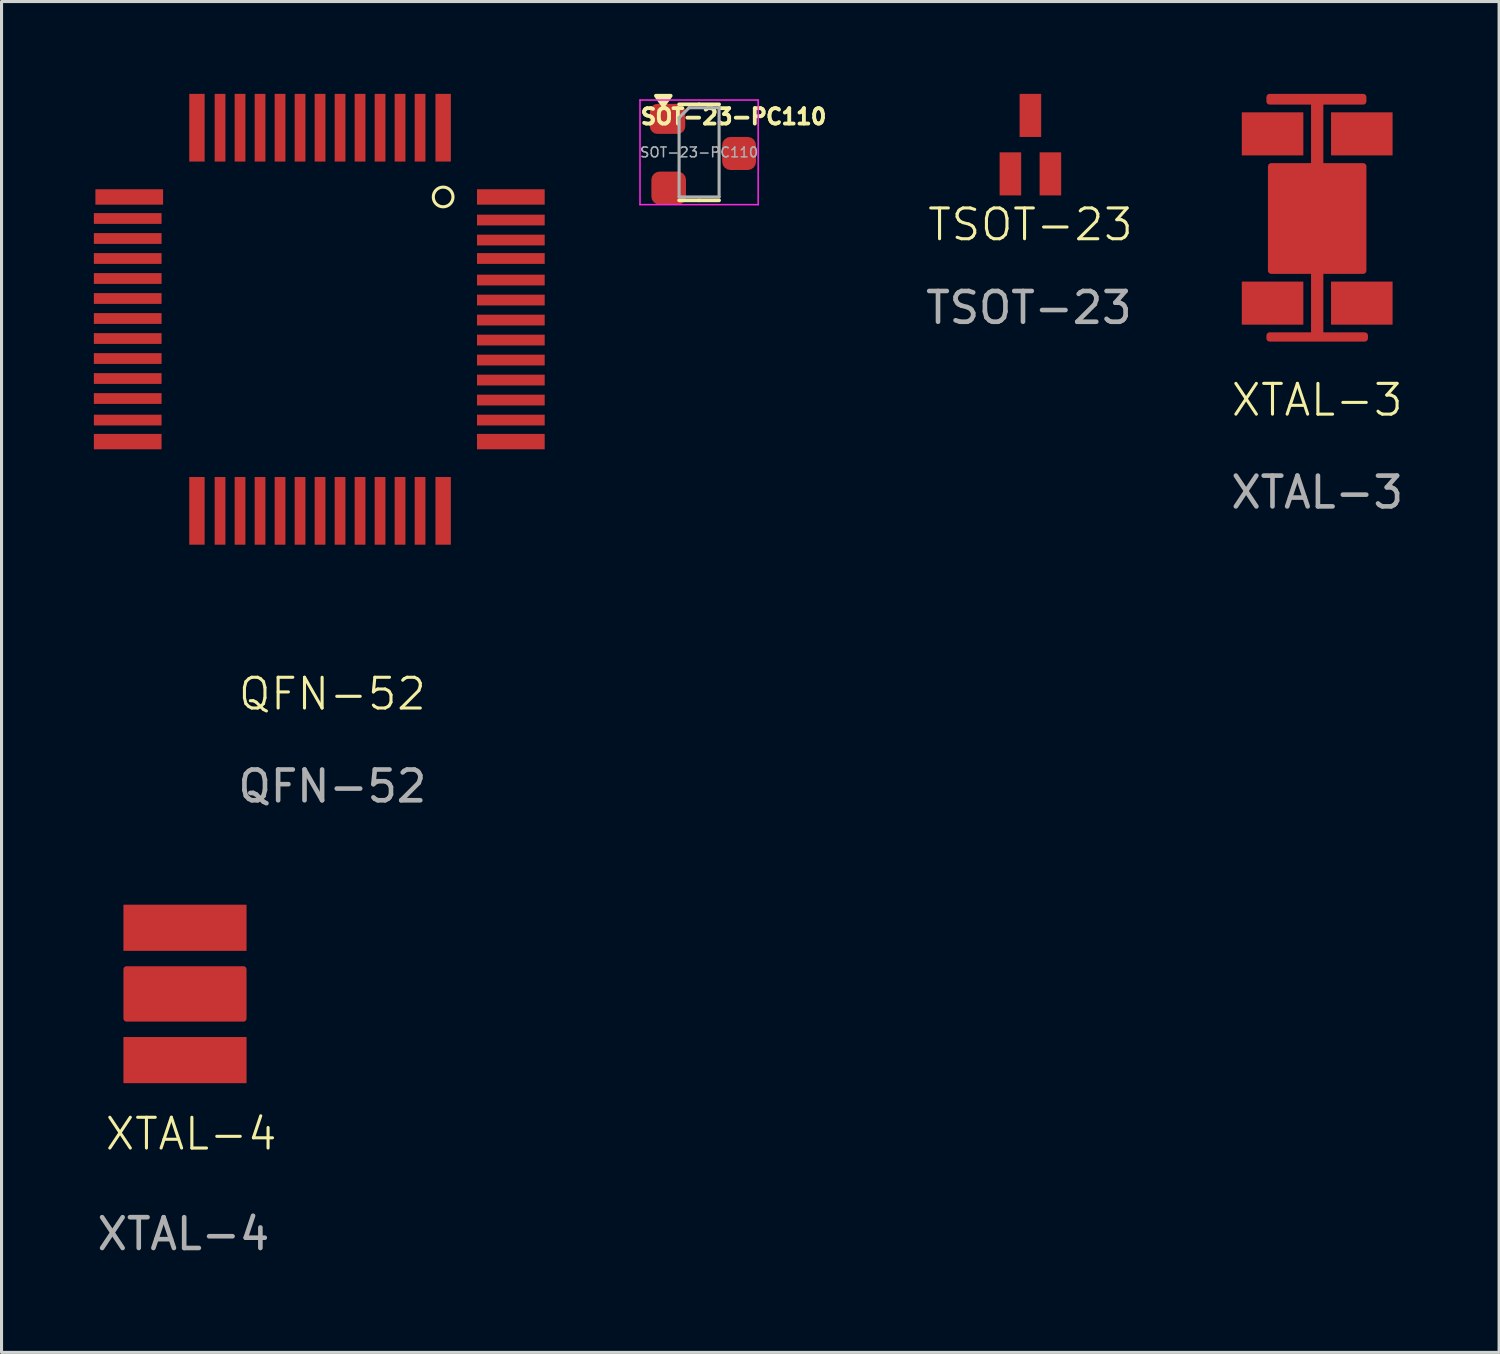
<source format=kicad_pcb>
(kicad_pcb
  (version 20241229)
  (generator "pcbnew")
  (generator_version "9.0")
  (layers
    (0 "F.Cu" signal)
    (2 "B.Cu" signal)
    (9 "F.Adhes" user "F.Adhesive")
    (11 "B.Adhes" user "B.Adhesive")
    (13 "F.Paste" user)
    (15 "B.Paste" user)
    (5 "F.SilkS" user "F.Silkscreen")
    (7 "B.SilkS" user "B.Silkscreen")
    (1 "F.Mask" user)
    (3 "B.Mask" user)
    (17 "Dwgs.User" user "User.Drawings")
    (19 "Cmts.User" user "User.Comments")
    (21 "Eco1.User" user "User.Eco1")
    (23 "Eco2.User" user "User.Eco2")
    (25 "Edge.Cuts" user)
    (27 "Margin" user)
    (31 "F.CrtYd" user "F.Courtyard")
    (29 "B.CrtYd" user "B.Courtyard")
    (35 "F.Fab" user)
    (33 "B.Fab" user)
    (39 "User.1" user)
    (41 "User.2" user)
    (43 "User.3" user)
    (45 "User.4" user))
  (footprint "TSOT-23"
    (layer "F.Cu")
    (at 30.433 1.7)
    (property "Reference" "TSOT-23" (at 0 2.55 0) (unlocked yes) (layer "F.SilkS") (effects (font (size 1 1) (thickness 0.1))))
    (attr smd)
    (fp_text user "${REFERENCE}" (at -0.05 5.25 0) (unlocked yes) (layer "F.Fab") (effects (font (size 1 1) (thickness 0.15))))
    (pad "1" smd rect (at 0.65 0.9) (size 0.7 1.4) (layers "F.Cu" "F.Mask" "F.Paste"))
    (pad "2" smd rect (at 0 -1) (size 0.7 1.4) (layers "F.Cu" "F.Mask" "F.Paste"))
    (pad "3" smd rect (at -0.65 0.9) (size 0.7 1.4) (layers "F.Cu" "F.Mask" "F.Paste")))
  (footprint "SOT-23-PC110"
    (layer "F.Cu")
    (at 19.667 1.9)
    (property "Reference" "SOT-23-PC110" (at 1.12 -1.16 0) (layer "F.SilkS") (effects (font (size 0.5 0.5) (thickness 0.125))))
    (attr smd)
    (fp_line (start 0 -1.56) (end -0.65 -1.56) (stroke (width 0.12) (type solid)) (layer "F.SilkS"))
    (fp_line (start 0 -1.56) (end 0.65 -1.56) (stroke (width 0.12) (type solid)) (layer "F.SilkS"))
    (fp_line (start 0 1.56) (end -0.65 1.56) (stroke (width 0.12) (type solid)) (layer "F.SilkS"))
    (fp_line (start 0 1.56) (end 0.65 1.56) (stroke (width 0.12) (type solid)) (layer "F.SilkS"))
    (fp_poly (pts (xy -1.163 -1.51) (xy -1.403 -1.84) (xy -0.922 -1.84) (xy -1.163 -1.51)) (stroke (width 0.12) (type solid)) (fill yes) (layer "F.SilkS"))
    (fp_line (start -1.92 -1.7) (end -1.92 1.7) (stroke (width 0.05) (type solid)) (layer "F.CrtYd"))
    (fp_line (start -1.92 1.7) (end 1.92 1.7) (stroke (width 0.05) (type solid)) (layer "F.CrtYd"))
    (fp_line (start 1.92 -1.7) (end -1.92 -1.7) (stroke (width 0.05) (type solid)) (layer "F.CrtYd"))
    (fp_line (start 1.92 1.7) (end 1.92 -1.7) (stroke (width 0.05) (type solid)) (layer "F.CrtYd"))
    (fp_line (start -0.65 -1.125) (end -0.325 -1.45) (stroke (width 0.1) (type solid)) (layer "F.Fab"))
    (fp_line (start -0.65 1.45) (end -0.65 -1.125) (stroke (width 0.1) (type solid)) (layer "F.Fab"))
    (fp_line (start -0.325 -1.45) (end 0.65 -1.45) (stroke (width 0.1) (type solid)) (layer "F.Fab"))
    (fp_line (start 0.65 -1.45) (end 0.65 1.45) (stroke (width 0.1) (type solid)) (layer "F.Fab"))
    (fp_line (start 0.65 1.45) (end -0.65 1.45) (stroke (width 0.1) (type solid)) (layer "F.Fab"))
    (fp_text user "${REFERENCE}" (at 0 0 0) (layer "F.Fab") (effects (font (size 0.32 0.32) (thickness 0.05))))
    (pad "1" smd roundrect (at -1.025 -1.087) (size 1.15 0.975) (layers "F.Cu" "F.Mask" "F.Paste") (roundrect_rratio 0.25))
    (pad "2" smd roundrect (at -0.988 1.163) (size 1.125 1.075) (layers "F.Cu" "F.Mask" "F.Paste") (roundrect_rratio 0.25))
    (pad "3" smd roundrect (at 1.3 0.037) (size 1.1 1.075) (layers "F.Cu" "F.Mask" "F.Paste") (roundrect_rratio 0.25)))
  (footprint "QFN-52"
    (layer "F.Cu")
    (at 7.75 7.35)
    (property "Reference" "QFN-52" (at 0 12.15 0) (unlocked yes) (layer "F.SilkS") (effects (font (size 1 1) (thickness 0.1))))
    (attr smd)
    (fp_circle (center 3.6 -4) (end 3.85 -3.8) (stroke (width 0.1) (type default)) (fill no) (layer "F.SilkS"))
    (fp_text user "${REFERENCE}" (at 0 15.15 0) (unlocked yes) (layer "F.Fab") (effects (font (size 1 1) (thickness 0.15))))
    (pad "1" smd rect (at 3.6 -6.25 90) (size 2.2 0.5) (layers "F.Cu" "F.Mask" "F.Paste"))
    (pad "2" smd rect (at 2.85 -6.25 90) (size 2.2 0.35) (layers "F.Cu" "F.Mask" "F.Paste"))
    (pad "3" smd rect (at 2.2 -6.25 90) (size 2.2 0.35) (layers "F.Cu" "F.Mask" "F.Paste"))
    (pad "4" smd rect (at 1.55 -6.25 90) (size 2.2 0.35) (layers "F.Cu" "F.Mask" "F.Paste"))
    (pad "5" smd rect (at 0.9 -6.25 90) (size 2.2 0.35) (layers "F.Cu" "F.Mask" "F.Paste"))
    (pad "6" smd rect (at 0.25 -6.25 90) (size 2.2 0.35) (layers "F.Cu" "F.Mask" "F.Paste"))
    (pad "7" smd rect (at -0.4 -6.25 90) (size 2.2 0.35) (layers "F.Cu" "F.Mask" "F.Paste"))
    (pad "8" smd rect (at -1.05 -6.25 90) (size 2.2 0.35) (layers "F.Cu" "F.Mask" "F.Paste"))
    (pad "9" smd rect (at -1.7 -6.25 90) (size 2.2 0.35) (layers "F.Cu" "F.Mask" "F.Paste"))
    (pad "10" smd rect (at -2.35 -6.25 90) (size 2.2 0.35) (layers "F.Cu" "F.Mask" "F.Paste"))
    (pad "11" smd rect (at -3 -6.25 90) (size 2.2 0.35) (layers "F.Cu" "F.Mask" "F.Paste"))
    (pad "12" smd rect (at -3.65 -6.25 90) (size 2.2 0.35) (layers "F.Cu" "F.Mask" "F.Paste"))
    (pad "13" smd rect (at -4.4 -6.25 90) (size 2.2 0.5) (layers "F.Cu" "F.Mask" "F.Paste"))
    (pad "14" smd rect (at -6.6 -4 180) (size 2.2 0.5) (layers "F.Cu" "F.Mask" "F.Paste"))
    (pad "15" smd rect (at -6.65 -3.3 180) (size 2.2 0.35) (layers "F.Cu" "F.Mask" "F.Paste"))
    (pad "16" smd rect (at -6.65 -2.65 180) (size 2.2 0.35) (layers "F.Cu" "F.Mask" "F.Paste"))
    (pad "17" smd rect (at -6.65 -2 180) (size 2.2 0.35) (layers "F.Cu" "F.Mask" "F.Paste"))
    (pad "18" smd rect (at -6.65 -1.35 180) (size 2.2 0.35) (layers "F.Cu" "F.Mask" "F.Paste"))
    (pad "19" smd rect (at -6.65 -0.7 180) (size 2.2 0.35) (layers "F.Cu" "F.Mask" "F.Paste"))
    (pad "20" smd rect (at -6.65 -0.05 180) (size 2.2 0.35) (layers "F.Cu" "F.Mask" "F.Paste"))
    (pad "21" smd rect (at -6.65 0.6 180) (size 2.2 0.35) (layers "F.Cu" "F.Mask" "F.Paste"))
    (pad "22" smd rect (at -6.65 1.25 180) (size 2.2 0.35) (layers "F.Cu" "F.Mask" "F.Paste"))
    (pad "23" smd rect (at -6.65 1.9 180) (size 2.2 0.35) (layers "F.Cu" "F.Mask" "F.Paste"))
    (pad "24" smd rect (at -6.65 2.55 180) (size 2.2 0.35) (layers "F.Cu" "F.Mask" "F.Paste"))
    (pad "25" smd rect (at -6.65 3.25 180) (size 2.2 0.35) (layers "F.Cu" "F.Mask" "F.Paste"))
    (pad "26" smd rect (at -6.65 3.95 180) (size 2.2 0.5) (layers "F.Cu" "F.Mask" "F.Paste"))
    (pad "27" smd rect (at -4.4 6.2 270) (size 2.2 0.5) (layers "F.Cu" "F.Mask" "F.Paste"))
    (pad "28" smd rect (at -3.65 6.2 270) (size 2.2 0.35) (layers "F.Cu" "F.Mask" "F.Paste"))
    (pad "29" smd rect (at -3 6.2 270) (size 2.2 0.35) (layers "F.Cu" "F.Mask" "F.Paste"))
    (pad "30" smd rect (at -2.35 6.2 270) (size 2.2 0.35) (layers "F.Cu" "F.Mask" "F.Paste"))
    (pad "31" smd rect (at -1.7 6.2 270) (size 2.2 0.35) (layers "F.Cu" "F.Mask" "F.Paste"))
    (pad "32" smd rect (at -1.05 6.2 270) (size 2.2 0.35) (layers "F.Cu" "F.Mask" "F.Paste"))
    (pad "33" smd rect (at -0.4 6.2 270) (size 2.2 0.35) (layers "F.Cu" "F.Mask" "F.Paste"))
    (pad "34" smd rect (at 0.25 6.2 270) (size 2.2 0.35) (layers "F.Cu" "F.Mask" "F.Paste"))
    (pad "35" smd rect (at 0.9 6.2 270) (size 2.2 0.35) (layers "F.Cu" "F.Mask" "F.Paste"))
    (pad "36" smd rect (at 1.55 6.2 270) (size 2.2 0.35) (layers "F.Cu" "F.Mask" "F.Paste"))
    (pad "37" smd rect (at 2.2 6.2 270) (size 2.2 0.35) (layers "F.Cu" "F.Mask" "F.Paste"))
    (pad "38" smd rect (at 2.85 6.2 270) (size 2.2 0.35) (layers "F.Cu" "F.Mask" "F.Paste"))
    (pad "39" smd rect (at 3.6 6.2 270) (size 2.2 0.5) (layers "F.Cu" "F.Mask" "F.Paste"))
    (pad "40" smd rect (at 5.8 3.95) (size 2.2 0.5) (layers "F.Cu" "F.Mask" "F.Paste"))
    (pad "41" smd rect (at 5.8 3.25) (size 2.2 0.35) (layers "F.Cu" "F.Mask" "F.Paste"))
    (pad "42" smd rect (at 5.8 2.6) (size 2.2 0.35) (layers "F.Cu" "F.Mask" "F.Paste"))
    (pad "43" smd rect (at 5.8 1.95) (size 2.2 0.35) (layers "F.Cu" "F.Mask" "F.Paste"))
    (pad "44" smd rect (at 5.8 1.3) (size 2.2 0.35) (layers "F.Cu" "F.Mask" "F.Paste"))
    (pad "45" smd rect (at 5.8 0.65) (size 2.2 0.35) (layers "F.Cu" "F.Mask" "F.Paste"))
    (pad "46" smd rect (at 5.8 0) (size 2.2 0.35) (layers "F.Cu" "F.Mask" "F.Paste"))
    (pad "47" smd rect (at 5.8 -0.65) (size 2.2 0.35) (layers "F.Cu" "F.Mask" "F.Paste"))
    (pad "48" smd rect (at 5.8 -1.3) (size 2.2 0.35) (layers "F.Cu" "F.Mask" "F.Paste"))
    (pad "49" smd rect (at 5.8 -2) (size 2.2 0.35) (layers "F.Cu" "F.Mask" "F.Paste"))
    (pad "50" smd rect (at 5.8 -2.6) (size 2.2 0.35) (layers "F.Cu" "F.Mask" "F.Paste"))
    (pad "51" smd rect (at 5.8 -3.25) (size 2.2 0.35) (layers "F.Cu" "F.Mask" "F.Paste"))
    (pad "52" smd rect (at 5.8 -4) (size 2.2 0.5) (layers "F.Cu" "F.Mask" "F.Paste")))
  (footprint "XTAL-3"
    (layer "F.Cu")
    (at 39.752 4.05)
    (property "Reference" "XTAL-3" (at 0 5.9 0) (unlocked yes) (layer "F.SilkS") (effects (font (size 1 1) (thickness 0.1))))
    (attr smd)
    (fp_text user "${REFERENCE}" (at 0 8.9 0) (unlocked yes) (layer "F.Fab") (effects (font (size 1 1) (thickness 0.15))))
    (pad "1" smd rect (at 1.45 -2.75) (size 2 1.4) (layers "F.Cu" "F.Mask" "F.Paste"))
    (pad "2" smd rect (at 1.45 2.75) (size 2 1.4) (layers "F.Cu" "F.Mask" "F.Paste"))
    (pad "3" smd rect (at -1.45 2.75) (size 2 1.4) (layers "F.Cu" "F.Mask" "F.Paste"))
    (pad "4" smd rect (at -1.45 -2.75) (size 2 1.4) (layers "F.Cu" "F.Mask" "F.Paste"))
    (pad "5" smd custom (at 0 0) (size 2.4 1.5) (layers "F.Cu") (options (anchor rect)) (primitives (gr_poly (pts (xy -1.55 -3.95) (xy -1.55 -3.8) (xy -0.1 -3.8) (xy -0.1 -1.7) (xy -1.5 -1.7) (xy -1.5 1.7) (xy -0.1 1.7) (xy -0.1 3.8) (xy -1.55 3.8) (xy -1.55 3.9) (xy 1.55 3.9) (xy 1.55 3.8) (xy 0.1 3.8) (xy 0.1 1.7) (xy 1.5 1.7) (xy 1.5 -1.7) (xy 0.1 -1.7) (xy 0.1 -3.8) (xy 1.5 -3.8) (xy 1.5 -3.95)) (width 0.2) (fill yes)))))
  (footprint "XTAL-4"
    (layer "F.Cu")
    (at 3.111 29.298)
    (property "Reference" "XTAL-4" (at 0.05 4.5 0) (unlocked yes) (layer "F.SilkS") (effects (font (size 1 1) (thickness 0.1))))
    (attr smd)
    (fp_text user "${REFERENCE}" (at -0.2 7.75 0) (unlocked yes) (layer "F.Fab") (effects (font (size 1 1) (thickness 0.15))))
    (pad "1" smd rect (at -0.15 -2.2 90) (size 1.5 4) (layers "F.Cu" "F.Mask" "F.Paste"))
    (pad "2" smd rect (at -0.15 2.1 90) (size 1.5 4) (layers "F.Cu" "F.Mask" "F.Paste"))
    (pad "3" smd custom (at -0.1 0) (size 2.4 1.5) (layers "F.Cu") (options (anchor rect)) (primitives (gr_rect (start -1.95 -0.85) (end 1.85 0.75) (width 0.2) (fill yes)))))
  (gr_rect
    (start -3 -3)
    (end 45.663 40.897)
    (stroke (width 0.1) (type default))
    (fill no)
    (layer "Edge.Cuts")))
</source>
